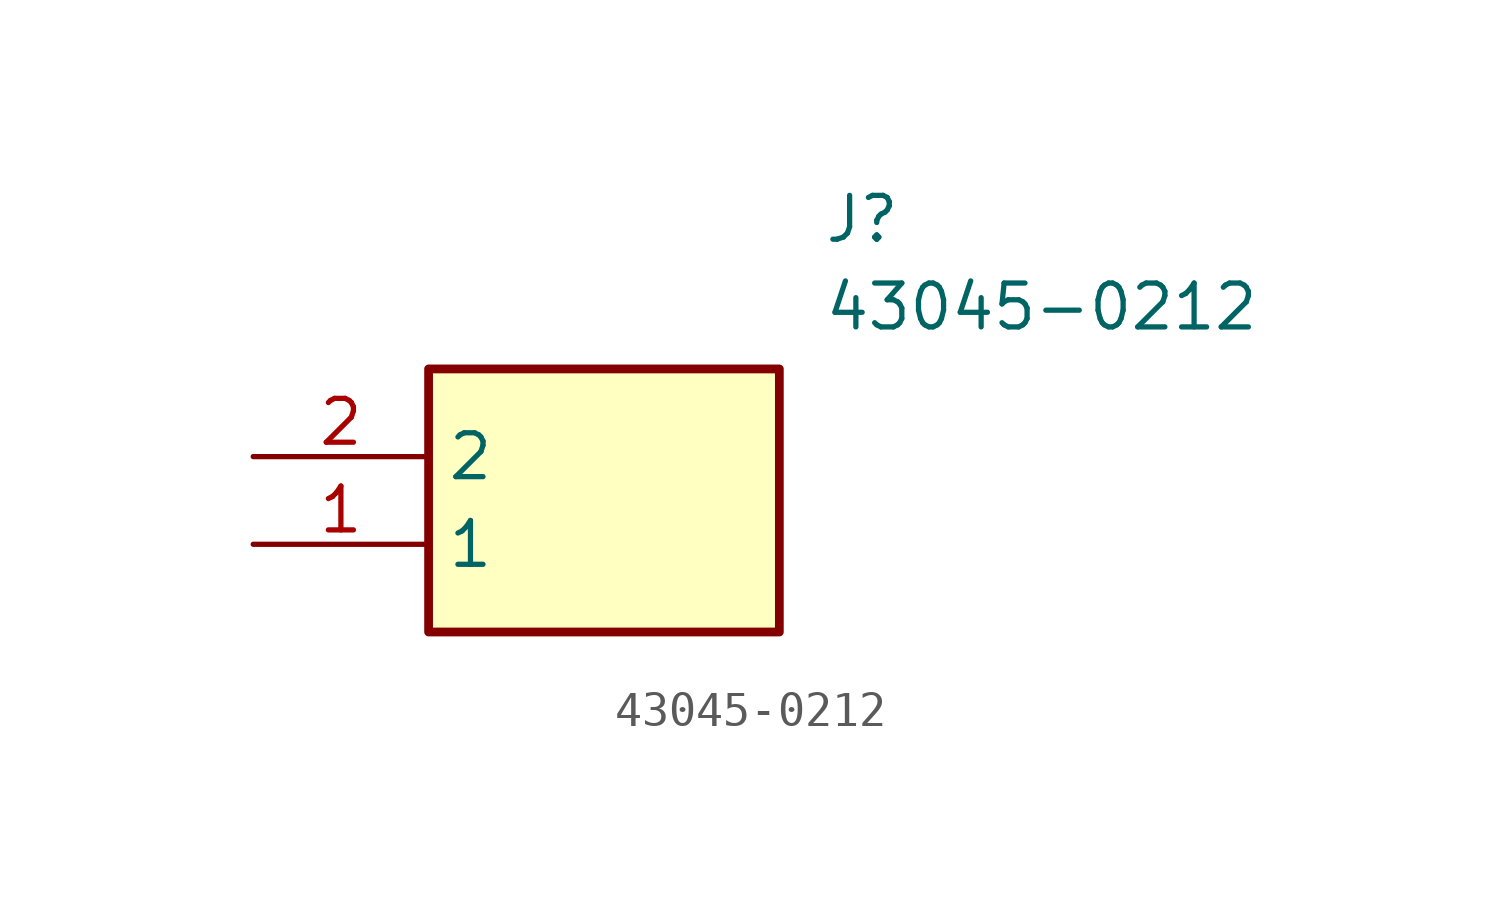
<source format=kicad_sym>
(kicad_symbol_lib
  (version 20211014)
  (generator SamacSys_ECAD_Model)
  (symbol "43045-0212"
    (property "Reference" "J"
      (at 16.51 7.62 0)
      (effects (font (size 1.27 1.27)) (justify left top)))
    (property "Value" "43045-0212"
      (at 16.51 5.08 0)
      (effects (font (size 1.27 1.27)) (justify left top)))
    (rectangle
      (start 5.08 2.54)
      (end 15.24 -5.08)
      (stroke (width 0.254) (type default))
      (fill (type background)))
    (pin passive line
      (at 0 -2.54 0)
      (length 5.08)
      (name "1" (effects (font (size 1.27 1.27))))
      (number "1" (effects (font (size 1.27 1.27)))))
    (pin passive line
      (at 0 0 0)
      (length 5.08)
      (name "2" (effects (font (size 1.27 1.27))))
      (number "2" (effects (font (size 1.27 1.27)))))))
</source>
